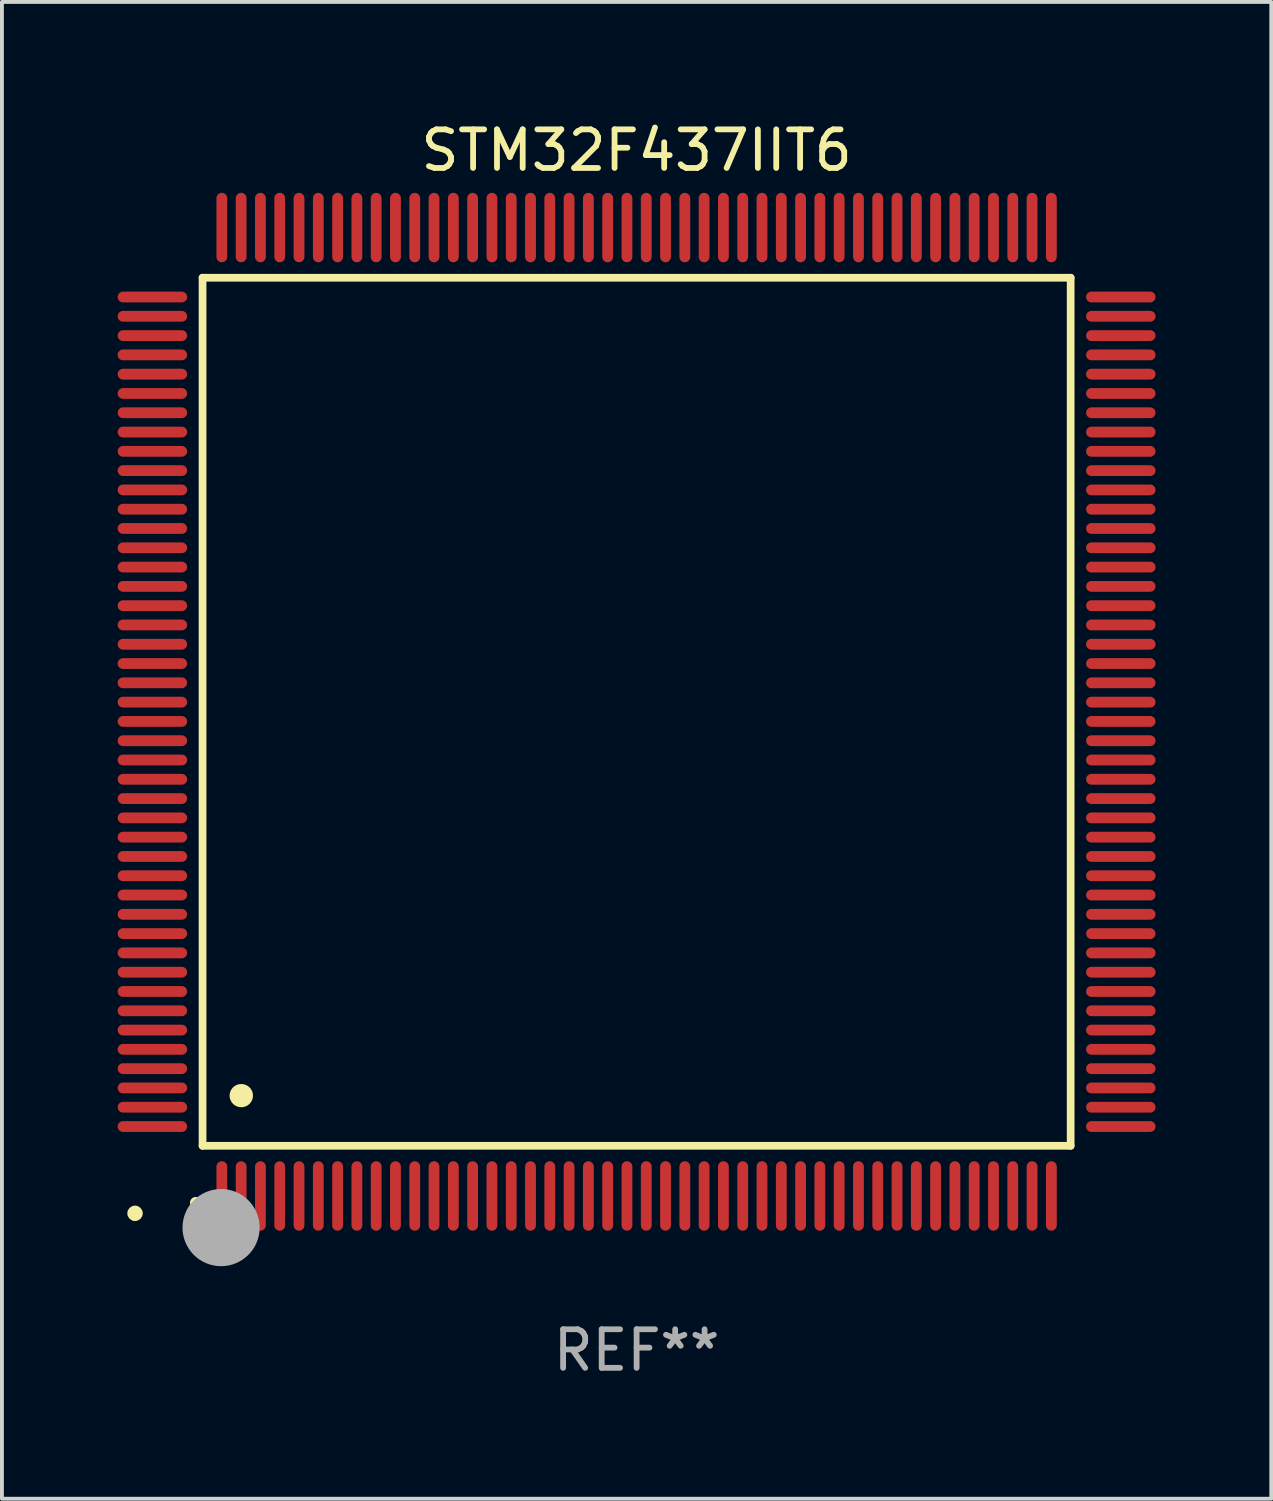
<source format=kicad_pcb>
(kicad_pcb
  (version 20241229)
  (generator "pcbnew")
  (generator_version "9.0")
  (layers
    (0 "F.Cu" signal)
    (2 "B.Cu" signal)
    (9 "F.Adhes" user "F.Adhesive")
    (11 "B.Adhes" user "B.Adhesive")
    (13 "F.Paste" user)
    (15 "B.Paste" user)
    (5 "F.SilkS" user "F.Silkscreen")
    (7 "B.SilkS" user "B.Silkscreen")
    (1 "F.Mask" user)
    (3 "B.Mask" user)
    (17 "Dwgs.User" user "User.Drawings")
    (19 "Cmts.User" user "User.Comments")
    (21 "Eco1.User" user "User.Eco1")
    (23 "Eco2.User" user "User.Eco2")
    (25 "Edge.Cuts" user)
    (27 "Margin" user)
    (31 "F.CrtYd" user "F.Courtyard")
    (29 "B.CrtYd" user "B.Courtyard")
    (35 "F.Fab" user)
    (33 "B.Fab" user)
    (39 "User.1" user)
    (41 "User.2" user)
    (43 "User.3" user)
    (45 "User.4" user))
  (footprint "STM32F437IIT6"
    (layer "F.Cu")
    (at 13.45 15.398)
    (property "Reference" "STM32F437IIT6" (at 0 -14.55 0) (layer "F.SilkS") (effects (font (size 1 1) (thickness 0.15))))
    (attr through_hole)
    (fp_line (start -11.25 -11.25) (end 11.25 -11.25) (stroke (width 0.2) (type solid)) (layer "F.SilkS"))
    (fp_line (start -11.25 11.25) (end -11.25 -11.25) (stroke (width 0.2) (type solid)) (layer "F.SilkS"))
    (fp_line (start 11.25 -11.25) (end 11.25 11.25) (stroke (width 0.2) (type solid)) (layer "F.SilkS"))
    (fp_line (start 11.25 11.25) (end -11.25 11.25) (stroke (width 0.2) (type solid)) (layer "F.SilkS"))
    (fp_arc (start -11.424943 12.725425) (mid -11.423673 12.72542) (end -11.422403 12.725425) (stroke (width 0.3) (type solid)) (layer "F.SilkS"))
    (fp_arc (start -10.24892 9.9492) (mid -10.24638 9.949189) (end -10.24384 9.9492) (stroke (width 0.6) (type solid)) (layer "F.SilkS"))
    (fp_circle (center -13 13) (end -12.9 13) (stroke (width 0.2) (type solid)) (fill no) (layer "F.SilkS"))
    (fp_circle (center -10.77 13.37) (end -10.27 13.37) (stroke (width 1) (type solid)) (fill no) (layer "F.Fab"))
    (fp_text user "REF**" (at 0 16.55 0) (layer "F.Fab") (effects (font (size 1 1) (thickness 0.15))))
    (pad "1" smd oval (at -10.75 12.55) (size 0.28 1.8) (layers "F.Cu" "F.Mask" "F.Paste"))
    (pad "2" smd oval (at -10.25 12.55) (size 0.28 1.8) (layers "F.Cu" "F.Mask" "F.Paste"))
    (pad "3" smd oval (at -9.75 12.55) (size 0.28 1.8) (layers "F.Cu" "F.Mask" "F.Paste"))
    (pad "4" smd oval (at -9.25 12.55) (size 0.28 1.8) (layers "F.Cu" "F.Mask" "F.Paste"))
    (pad "5" smd oval (at -8.75 12.55) (size 0.28 1.8) (layers "F.Cu" "F.Mask" "F.Paste"))
    (pad "6" smd oval (at -8.25 12.55) (size 0.28 1.8) (layers "F.Cu" "F.Mask" "F.Paste"))
    (pad "7" smd oval (at -7.75 12.55) (size 0.28 1.8) (layers "F.Cu" "F.Mask" "F.Paste"))
    (pad "8" smd oval (at -7.25 12.55) (size 0.28 1.8) (layers "F.Cu" "F.Mask" "F.Paste"))
    (pad "9" smd oval (at -6.75 12.55) (size 0.28 1.8) (layers "F.Cu" "F.Mask" "F.Paste"))
    (pad "10" smd oval (at -6.25 12.55) (size 0.28 1.8) (layers "F.Cu" "F.Mask" "F.Paste"))
    (pad "11" smd oval (at -5.75 12.55) (size 0.28 1.8) (layers "F.Cu" "F.Mask" "F.Paste"))
    (pad "12" smd oval (at -5.25 12.55) (size 0.28 1.8) (layers "F.Cu" "F.Mask" "F.Paste"))
    (pad "13" smd oval (at -4.75 12.55) (size 0.28 1.8) (layers "F.Cu" "F.Mask" "F.Paste"))
    (pad "14" smd oval (at -4.25 12.55) (size 0.28 1.8) (layers "F.Cu" "F.Mask" "F.Paste"))
    (pad "15" smd oval (at -3.75 12.55) (size 0.28 1.8) (layers "F.Cu" "F.Mask" "F.Paste"))
    (pad "16" smd oval (at -3.25 12.55) (size 0.28 1.8) (layers "F.Cu" "F.Mask" "F.Paste"))
    (pad "17" smd oval (at -2.75 12.55) (size 0.28 1.8) (layers "F.Cu" "F.Mask" "F.Paste"))
    (pad "18" smd oval (at -2.25 12.55) (size 0.28 1.8) (layers "F.Cu" "F.Mask" "F.Paste"))
    (pad "19" smd oval (at -1.75 12.55) (size 0.28 1.8) (layers "F.Cu" "F.Mask" "F.Paste"))
    (pad "20" smd oval (at -1.25 12.55) (size 0.28 1.8) (layers "F.Cu" "F.Mask" "F.Paste"))
    (pad "21" smd oval (at -0.75 12.55) (size 0.28 1.8) (layers "F.Cu" "F.Mask" "F.Paste"))
    (pad "22" smd oval (at -0.25 12.55) (size 0.28 1.8) (layers "F.Cu" "F.Mask" "F.Paste"))
    (pad "23" smd oval (at 0.25 12.55) (size 0.28 1.8) (layers "F.Cu" "F.Mask" "F.Paste"))
    (pad "24" smd oval (at 0.75 12.55) (size 0.28 1.8) (layers "F.Cu" "F.Mask" "F.Paste"))
    (pad "25" smd oval (at 1.25 12.55) (size 0.28 1.8) (layers "F.Cu" "F.Mask" "F.Paste"))
    (pad "26" smd oval (at 1.75 12.55) (size 0.28 1.8) (layers "F.Cu" "F.Mask" "F.Paste"))
    (pad "27" smd oval (at 2.25 12.55) (size 0.28 1.8) (layers "F.Cu" "F.Mask" "F.Paste"))
    (pad "28" smd oval (at 2.75 12.55) (size 0.28 1.8) (layers "F.Cu" "F.Mask" "F.Paste"))
    (pad "29" smd oval (at 3.25 12.55) (size 0.28 1.8) (layers "F.Cu" "F.Mask" "F.Paste"))
    (pad "30" smd oval (at 3.75 12.55) (size 0.28 1.8) (layers "F.Cu" "F.Mask" "F.Paste"))
    (pad "31" smd oval (at 4.25 12.55) (size 0.28 1.8) (layers "F.Cu" "F.Mask" "F.Paste"))
    (pad "32" smd oval (at 4.75 12.55) (size 0.28 1.8) (layers "F.Cu" "F.Mask" "F.Paste"))
    (pad "33" smd oval (at 5.25 12.55) (size 0.28 1.8) (layers "F.Cu" "F.Mask" "F.Paste"))
    (pad "34" smd oval (at 5.75 12.55) (size 0.28 1.8) (layers "F.Cu" "F.Mask" "F.Paste"))
    (pad "35" smd oval (at 6.25 12.55) (size 0.28 1.8) (layers "F.Cu" "F.Mask" "F.Paste"))
    (pad "36" smd oval (at 6.75 12.55) (size 0.28 1.8) (layers "F.Cu" "F.Mask" "F.Paste"))
    (pad "37" smd oval (at 7.25 12.55) (size 0.28 1.8) (layers "F.Cu" "F.Mask" "F.Paste"))
    (pad "38" smd oval (at 7.75 12.55) (size 0.28 1.8) (layers "F.Cu" "F.Mask" "F.Paste"))
    (pad "39" smd oval (at 8.25 12.55) (size 0.28 1.8) (layers "F.Cu" "F.Mask" "F.Paste"))
    (pad "40" smd oval (at 8.75 12.55) (size 0.28 1.8) (layers "F.Cu" "F.Mask" "F.Paste"))
    (pad "41" smd oval (at 9.25 12.55) (size 0.28 1.8) (layers "F.Cu" "F.Mask" "F.Paste"))
    (pad "42" smd oval (at 9.75 12.55) (size 0.28 1.8) (layers "F.Cu" "F.Mask" "F.Paste"))
    (pad "43" smd oval (at 10.25 12.55) (size 0.28 1.8) (layers "F.Cu" "F.Mask" "F.Paste"))
    (pad "44" smd oval (at 10.75 12.55) (size 0.28 1.8) (layers "F.Cu" "F.Mask" "F.Paste"))
    (pad "45" smd oval (at 12.55 10.75) (size 1.8 0.28) (layers "F.Cu" "F.Mask" "F.Paste"))
    (pad "46" smd oval (at 12.55 10.25) (size 1.8 0.28) (layers "F.Cu" "F.Mask" "F.Paste"))
    (pad "47" smd oval (at 12.55 9.75) (size 1.8 0.28) (layers "F.Cu" "F.Mask" "F.Paste"))
    (pad "48" smd oval (at 12.55 9.25) (size 1.8 0.28) (layers "F.Cu" "F.Mask" "F.Paste"))
    (pad "49" smd oval (at 12.55 8.75) (size 1.8 0.28) (layers "F.Cu" "F.Mask" "F.Paste"))
    (pad "50" smd oval (at 12.55 8.25) (size 1.8 0.28) (layers "F.Cu" "F.Mask" "F.Paste"))
    (pad "51" smd oval (at 12.55 7.75) (size 1.8 0.28) (layers "F.Cu" "F.Mask" "F.Paste"))
    (pad "52" smd oval (at 12.55 7.25) (size 1.8 0.28) (layers "F.Cu" "F.Mask" "F.Paste"))
    (pad "53" smd oval (at 12.55 6.75) (size 1.8 0.28) (layers "F.Cu" "F.Mask" "F.Paste"))
    (pad "54" smd oval (at 12.55 6.25) (size 1.8 0.28) (layers "F.Cu" "F.Mask" "F.Paste"))
    (pad "55" smd oval (at 12.55 5.75) (size 1.8 0.28) (layers "F.Cu" "F.Mask" "F.Paste"))
    (pad "56" smd oval (at 12.55 5.25) (size 1.8 0.28) (layers "F.Cu" "F.Mask" "F.Paste"))
    (pad "57" smd oval (at 12.55 4.75) (size 1.8 0.28) (layers "F.Cu" "F.Mask" "F.Paste"))
    (pad "58" smd oval (at 12.55 4.25) (size 1.8 0.28) (layers "F.Cu" "F.Mask" "F.Paste"))
    (pad "59" smd oval (at 12.55 3.75) (size 1.8 0.28) (layers "F.Cu" "F.Mask" "F.Paste"))
    (pad "60" smd oval (at 12.55 3.25) (size 1.8 0.28) (layers "F.Cu" "F.Mask" "F.Paste"))
    (pad "61" smd oval (at 12.55 2.75) (size 1.8 0.28) (layers "F.Cu" "F.Mask" "F.Paste"))
    (pad "62" smd oval (at 12.55 2.25) (size 1.8 0.28) (layers "F.Cu" "F.Mask" "F.Paste"))
    (pad "63" smd oval (at 12.55 1.75) (size 1.8 0.28) (layers "F.Cu" "F.Mask" "F.Paste"))
    (pad "64" smd oval (at 12.55 1.25) (size 1.8 0.28) (layers "F.Cu" "F.Mask" "F.Paste"))
    (pad "65" smd oval (at 12.55 0.75) (size 1.8 0.28) (layers "F.Cu" "F.Mask" "F.Paste"))
    (pad "66" smd oval (at 12.55 0.25) (size 1.8 0.28) (layers "F.Cu" "F.Mask" "F.Paste"))
    (pad "67" smd oval (at 12.55 -0.25) (size 1.8 0.28) (layers "F.Cu" "F.Mask" "F.Paste"))
    (pad "68" smd oval (at 12.55 -0.75) (size 1.8 0.28) (layers "F.Cu" "F.Mask" "F.Paste"))
    (pad "69" smd oval (at 12.55 -1.25) (size 1.8 0.28) (layers "F.Cu" "F.Mask" "F.Paste"))
    (pad "70" smd oval (at 12.55 -1.75) (size 1.8 0.28) (layers "F.Cu" "F.Mask" "F.Paste"))
    (pad "71" smd oval (at 12.55 -2.25) (size 1.8 0.28) (layers "F.Cu" "F.Mask" "F.Paste"))
    (pad "72" smd oval (at 12.55 -2.75) (size 1.8 0.28) (layers "F.Cu" "F.Mask" "F.Paste"))
    (pad "73" smd oval (at 12.55 -3.25) (size 1.8 0.28) (layers "F.Cu" "F.Mask" "F.Paste"))
    (pad "74" smd oval (at 12.55 -3.75) (size 1.8 0.28) (layers "F.Cu" "F.Mask" "F.Paste"))
    (pad "75" smd oval (at 12.55 -4.25) (size 1.8 0.28) (layers "F.Cu" "F.Mask" "F.Paste"))
    (pad "76" smd oval (at 12.55 -4.75) (size 1.8 0.28) (layers "F.Cu" "F.Mask" "F.Paste"))
    (pad "77" smd oval (at 12.55 -5.25) (size 1.8 0.28) (layers "F.Cu" "F.Mask" "F.Paste"))
    (pad "78" smd oval (at 12.55 -5.75) (size 1.8 0.28) (layers "F.Cu" "F.Mask" "F.Paste"))
    (pad "79" smd oval (at 12.55 -6.25) (size 1.8 0.28) (layers "F.Cu" "F.Mask" "F.Paste"))
    (pad "80" smd oval (at 12.55 -6.75) (size 1.8 0.28) (layers "F.Cu" "F.Mask" "F.Paste"))
    (pad "81" smd oval (at 12.55 -7.25) (size 1.8 0.28) (layers "F.Cu" "F.Mask" "F.Paste"))
    (pad "82" smd oval (at 12.55 -7.75) (size 1.8 0.28) (layers "F.Cu" "F.Mask" "F.Paste"))
    (pad "83" smd oval (at 12.55 -8.25) (size 1.8 0.28) (layers "F.Cu" "F.Mask" "F.Paste"))
    (pad "84" smd oval (at 12.55 -8.75) (size 1.8 0.28) (layers "F.Cu" "F.Mask" "F.Paste"))
    (pad "85" smd oval (at 12.55 -9.25) (size 1.8 0.28) (layers "F.Cu" "F.Mask" "F.Paste"))
    (pad "86" smd oval (at 12.55 -9.75) (size 1.8 0.28) (layers "F.Cu" "F.Mask" "F.Paste"))
    (pad "87" smd oval (at 12.55 -10.25) (size 1.8 0.28) (layers "F.Cu" "F.Mask" "F.Paste"))
    (pad "88" smd oval (at 12.55 -10.75) (size 1.8 0.28) (layers "F.Cu" "F.Mask" "F.Paste"))
    (pad "89" smd oval (at 10.75 -12.55) (size 0.28 1.8) (layers "F.Cu" "F.Mask" "F.Paste"))
    (pad "90" smd oval (at 10.25 -12.55) (size 0.28 1.8) (layers "F.Cu" "F.Mask" "F.Paste"))
    (pad "91" smd oval (at 9.75 -12.55) (size 0.28 1.8) (layers "F.Cu" "F.Mask" "F.Paste"))
    (pad "92" smd oval (at 9.25 -12.55) (size 0.28 1.8) (layers "F.Cu" "F.Mask" "F.Paste"))
    (pad "93" smd oval (at 8.75 -12.55) (size 0.28 1.8) (layers "F.Cu" "F.Mask" "F.Paste"))
    (pad "94" smd oval (at 8.25 -12.55) (size 0.28 1.8) (layers "F.Cu" "F.Mask" "F.Paste"))
    (pad "95" smd oval (at 7.75 -12.55) (size 0.28 1.8) (layers "F.Cu" "F.Mask" "F.Paste"))
    (pad "96" smd oval (at 7.25 -12.55) (size 0.28 1.8) (layers "F.Cu" "F.Mask" "F.Paste"))
    (pad "97" smd oval (at 6.75 -12.55) (size 0.28 1.8) (layers "F.Cu" "F.Mask" "F.Paste"))
    (pad "98" smd oval (at 6.25 -12.55) (size 0.28 1.8) (layers "F.Cu" "F.Mask" "F.Paste"))
    (pad "99" smd oval (at 5.75 -12.55) (size 0.28 1.8) (layers "F.Cu" "F.Mask" "F.Paste"))
    (pad "100" smd oval (at 5.25 -12.55) (size 0.28 1.8) (layers "F.Cu" "F.Mask" "F.Paste"))
    (pad "101" smd oval (at 4.75 -12.55) (size 0.28 1.8) (layers "F.Cu" "F.Mask" "F.Paste"))
    (pad "102" smd oval (at 4.25 -12.55) (size 0.28 1.8) (layers "F.Cu" "F.Mask" "F.Paste"))
    (pad "103" smd oval (at 3.75 -12.55) (size 0.28 1.8) (layers "F.Cu" "F.Mask" "F.Paste"))
    (pad "104" smd oval (at 3.25 -12.55) (size 0.28 1.8) (layers "F.Cu" "F.Mask" "F.Paste"))
    (pad "105" smd oval (at 2.75 -12.55) (size 0.28 1.8) (layers "F.Cu" "F.Mask" "F.Paste"))
    (pad "106" smd oval (at 2.25 -12.55) (size 0.28 1.8) (layers "F.Cu" "F.Mask" "F.Paste"))
    (pad "107" smd oval (at 1.75 -12.55) (size 0.28 1.8) (layers "F.Cu" "F.Mask" "F.Paste"))
    (pad "108" smd oval (at 1.25 -12.55) (size 0.28 1.8) (layers "F.Cu" "F.Mask" "F.Paste"))
    (pad "109" smd oval (at 0.75 -12.55) (size 0.28 1.8) (layers "F.Cu" "F.Mask" "F.Paste"))
    (pad "110" smd oval (at 0.25 -12.55) (size 0.28 1.8) (layers "F.Cu" "F.Mask" "F.Paste"))
    (pad "111" smd oval (at -0.25 -12.55) (size 0.28 1.8) (layers "F.Cu" "F.Mask" "F.Paste"))
    (pad "112" smd oval (at -0.75 -12.55) (size 0.28 1.8) (layers "F.Cu" "F.Mask" "F.Paste"))
    (pad "113" smd oval (at -1.25 -12.55) (size 0.28 1.8) (layers "F.Cu" "F.Mask" "F.Paste"))
    (pad "114" smd oval (at -1.75 -12.55) (size 0.28 1.8) (layers "F.Cu" "F.Mask" "F.Paste"))
    (pad "115" smd oval (at -2.25 -12.55) (size 0.28 1.8) (layers "F.Cu" "F.Mask" "F.Paste"))
    (pad "116" smd oval (at -2.75 -12.55) (size 0.28 1.8) (layers "F.Cu" "F.Mask" "F.Paste"))
    (pad "117" smd oval (at -3.25 -12.55) (size 0.28 1.8) (layers "F.Cu" "F.Mask" "F.Paste"))
    (pad "118" smd oval (at -3.75 -12.55) (size 0.28 1.8) (layers "F.Cu" "F.Mask" "F.Paste"))
    (pad "119" smd oval (at -4.25 -12.55) (size 0.28 1.8) (layers "F.Cu" "F.Mask" "F.Paste"))
    (pad "120" smd oval (at -4.75 -12.55) (size 0.28 1.8) (layers "F.Cu" "F.Mask" "F.Paste"))
    (pad "121" smd oval (at -5.25 -12.55) (size 0.28 1.8) (layers "F.Cu" "F.Mask" "F.Paste"))
    (pad "122" smd oval (at -5.75 -12.55) (size 0.28 1.8) (layers "F.Cu" "F.Mask" "F.Paste"))
    (pad "123" smd oval (at -6.25 -12.55) (size 0.28 1.8) (layers "F.Cu" "F.Mask" "F.Paste"))
    (pad "124" smd oval (at -6.75 -12.55) (size 0.28 1.8) (layers "F.Cu" "F.Mask" "F.Paste"))
    (pad "125" smd oval (at -7.25 -12.55) (size 0.28 1.8) (layers "F.Cu" "F.Mask" "F.Paste"))
    (pad "126" smd oval (at -7.75 -12.55) (size 0.28 1.8) (layers "F.Cu" "F.Mask" "F.Paste"))
    (pad "127" smd oval (at -8.25 -12.55) (size 0.28 1.8) (layers "F.Cu" "F.Mask" "F.Paste"))
    (pad "128" smd oval (at -8.75 -12.55) (size 0.28 1.8) (layers "F.Cu" "F.Mask" "F.Paste"))
    (pad "129" smd oval (at -9.25 -12.55) (size 0.28 1.8) (layers "F.Cu" "F.Mask" "F.Paste"))
    (pad "130" smd oval (at -9.75 -12.55) (size 0.28 1.8) (layers "F.Cu" "F.Mask" "F.Paste"))
    (pad "131" smd oval (at -10.25 -12.55) (size 0.28 1.8) (layers "F.Cu" "F.Mask" "F.Paste"))
    (pad "132" smd oval (at -10.75 -12.55) (size 0.28 1.8) (layers "F.Cu" "F.Mask" "F.Paste"))
    (pad "133" smd oval (at -12.55 -10.75) (size 1.8 0.28) (layers "F.Cu" "F.Mask" "F.Paste"))
    (pad "134" smd oval (at -12.55 -10.25) (size 1.8 0.28) (layers "F.Cu" "F.Mask" "F.Paste"))
    (pad "135" smd oval (at -12.55 -9.75) (size 1.8 0.28) (layers "F.Cu" "F.Mask" "F.Paste"))
    (pad "136" smd oval (at -12.55 -9.25) (size 1.8 0.28) (layers "F.Cu" "F.Mask" "F.Paste"))
    (pad "137" smd oval (at -12.55 -8.75) (size 1.8 0.28) (layers "F.Cu" "F.Mask" "F.Paste"))
    (pad "138" smd oval (at -12.55 -8.25) (size 1.8 0.28) (layers "F.Cu" "F.Mask" "F.Paste"))
    (pad "139" smd oval (at -12.55 -7.75) (size 1.8 0.28) (layers "F.Cu" "F.Mask" "F.Paste"))
    (pad "140" smd oval (at -12.55 -7.25) (size 1.8 0.28) (layers "F.Cu" "F.Mask" "F.Paste"))
    (pad "141" smd oval (at -12.55 -6.75) (size 1.8 0.28) (layers "F.Cu" "F.Mask" "F.Paste"))
    (pad "142" smd oval (at -12.55 -6.25) (size 1.8 0.28) (layers "F.Cu" "F.Mask" "F.Paste"))
    (pad "143" smd oval (at -12.55 -5.75) (size 1.8 0.28) (layers "F.Cu" "F.Mask" "F.Paste"))
    (pad "144" smd oval (at -12.55 -5.25) (size 1.8 0.28) (layers "F.Cu" "F.Mask" "F.Paste"))
    (pad "145" smd oval (at -12.55 -4.75) (size 1.8 0.28) (layers "F.Cu" "F.Mask" "F.Paste"))
    (pad "146" smd oval (at -12.55 -4.25) (size 1.8 0.28) (layers "F.Cu" "F.Mask" "F.Paste"))
    (pad "147" smd oval (at -12.55 -3.75) (size 1.8 0.28) (layers "F.Cu" "F.Mask" "F.Paste"))
    (pad "148" smd oval (at -12.55 -3.25) (size 1.8 0.28) (layers "F.Cu" "F.Mask" "F.Paste"))
    (pad "149" smd oval (at -12.55 -2.75) (size 1.8 0.28) (layers "F.Cu" "F.Mask" "F.Paste"))
    (pad "150" smd oval (at -12.55 -2.25) (size 1.8 0.28) (layers "F.Cu" "F.Mask" "F.Paste"))
    (pad "151" smd oval (at -12.55 -1.75) (size 1.8 0.28) (layers "F.Cu" "F.Mask" "F.Paste"))
    (pad "152" smd oval (at -12.55 -1.25) (size 1.8 0.28) (layers "F.Cu" "F.Mask" "F.Paste"))
    (pad "153" smd oval (at -12.55 -0.75) (size 1.8 0.28) (layers "F.Cu" "F.Mask" "F.Paste"))
    (pad "154" smd oval (at -12.55 -0.25) (size 1.8 0.28) (layers "F.Cu" "F.Mask" "F.Paste"))
    (pad "155" smd oval (at -12.55 0.25) (size 1.8 0.28) (layers "F.Cu" "F.Mask" "F.Paste"))
    (pad "156" smd oval (at -12.55 0.75) (size 1.8 0.28) (layers "F.Cu" "F.Mask" "F.Paste"))
    (pad "157" smd oval (at -12.55 1.25) (size 1.8 0.28) (layers "F.Cu" "F.Mask" "F.Paste"))
    (pad "158" smd oval (at -12.55 1.75) (size 1.8 0.28) (layers "F.Cu" "F.Mask" "F.Paste"))
    (pad "159" smd oval (at -12.55 2.25) (size 1.8 0.28) (layers "F.Cu" "F.Mask" "F.Paste"))
    (pad "160" smd oval (at -12.55 2.75) (size 1.8 0.28) (layers "F.Cu" "F.Mask" "F.Paste"))
    (pad "161" smd oval (at -12.55 3.25) (size 1.8 0.28) (layers "F.Cu" "F.Mask" "F.Paste"))
    (pad "162" smd oval (at -12.55 3.75) (size 1.8 0.28) (layers "F.Cu" "F.Mask" "F.Paste"))
    (pad "163" smd oval (at -12.55 4.25) (size 1.8 0.28) (layers "F.Cu" "F.Mask" "F.Paste"))
    (pad "164" smd oval (at -12.55 4.75) (size 1.8 0.28) (layers "F.Cu" "F.Mask" "F.Paste"))
    (pad "165" smd oval (at -12.55 5.25) (size 1.8 0.28) (layers "F.Cu" "F.Mask" "F.Paste"))
    (pad "166" smd oval (at -12.55 5.75) (size 1.8 0.28) (layers "F.Cu" "F.Mask" "F.Paste"))
    (pad "167" smd oval (at -12.55 6.25) (size 1.8 0.28) (layers "F.Cu" "F.Mask" "F.Paste"))
    (pad "168" smd oval (at -12.55 6.75) (size 1.8 0.28) (layers "F.Cu" "F.Mask" "F.Paste"))
    (pad "169" smd oval (at -12.55 7.25) (size 1.8 0.28) (layers "F.Cu" "F.Mask" "F.Paste"))
    (pad "170" smd oval (at -12.55 7.75) (size 1.8 0.28) (layers "F.Cu" "F.Mask" "F.Paste"))
    (pad "171" smd oval (at -12.55 8.25) (size 1.8 0.28) (layers "F.Cu" "F.Mask" "F.Paste"))
    (pad "172" smd oval (at -12.55 8.75) (size 1.8 0.28) (layers "F.Cu" "F.Mask" "F.Paste"))
    (pad "173" smd oval (at -12.55 9.25) (size 1.8 0.28) (layers "F.Cu" "F.Mask" "F.Paste"))
    (pad "174" smd oval (at -12.55 9.75) (size 1.8 0.28) (layers "F.Cu" "F.Mask" "F.Paste"))
    (pad "175" smd oval (at -12.55 10.25) (size 1.8 0.28) (layers "F.Cu" "F.Mask" "F.Paste"))
    (pad "176" smd oval (at -12.55 10.75) (size 1.8 0.28) (layers "F.Cu" "F.Mask" "F.Paste")))
  (gr_rect
    (start -3 -3)
    (end 29.9 35.796)
    (stroke (width 0.1) (type default))
    (fill no)
    (layer "Edge.Cuts")))
</source>
